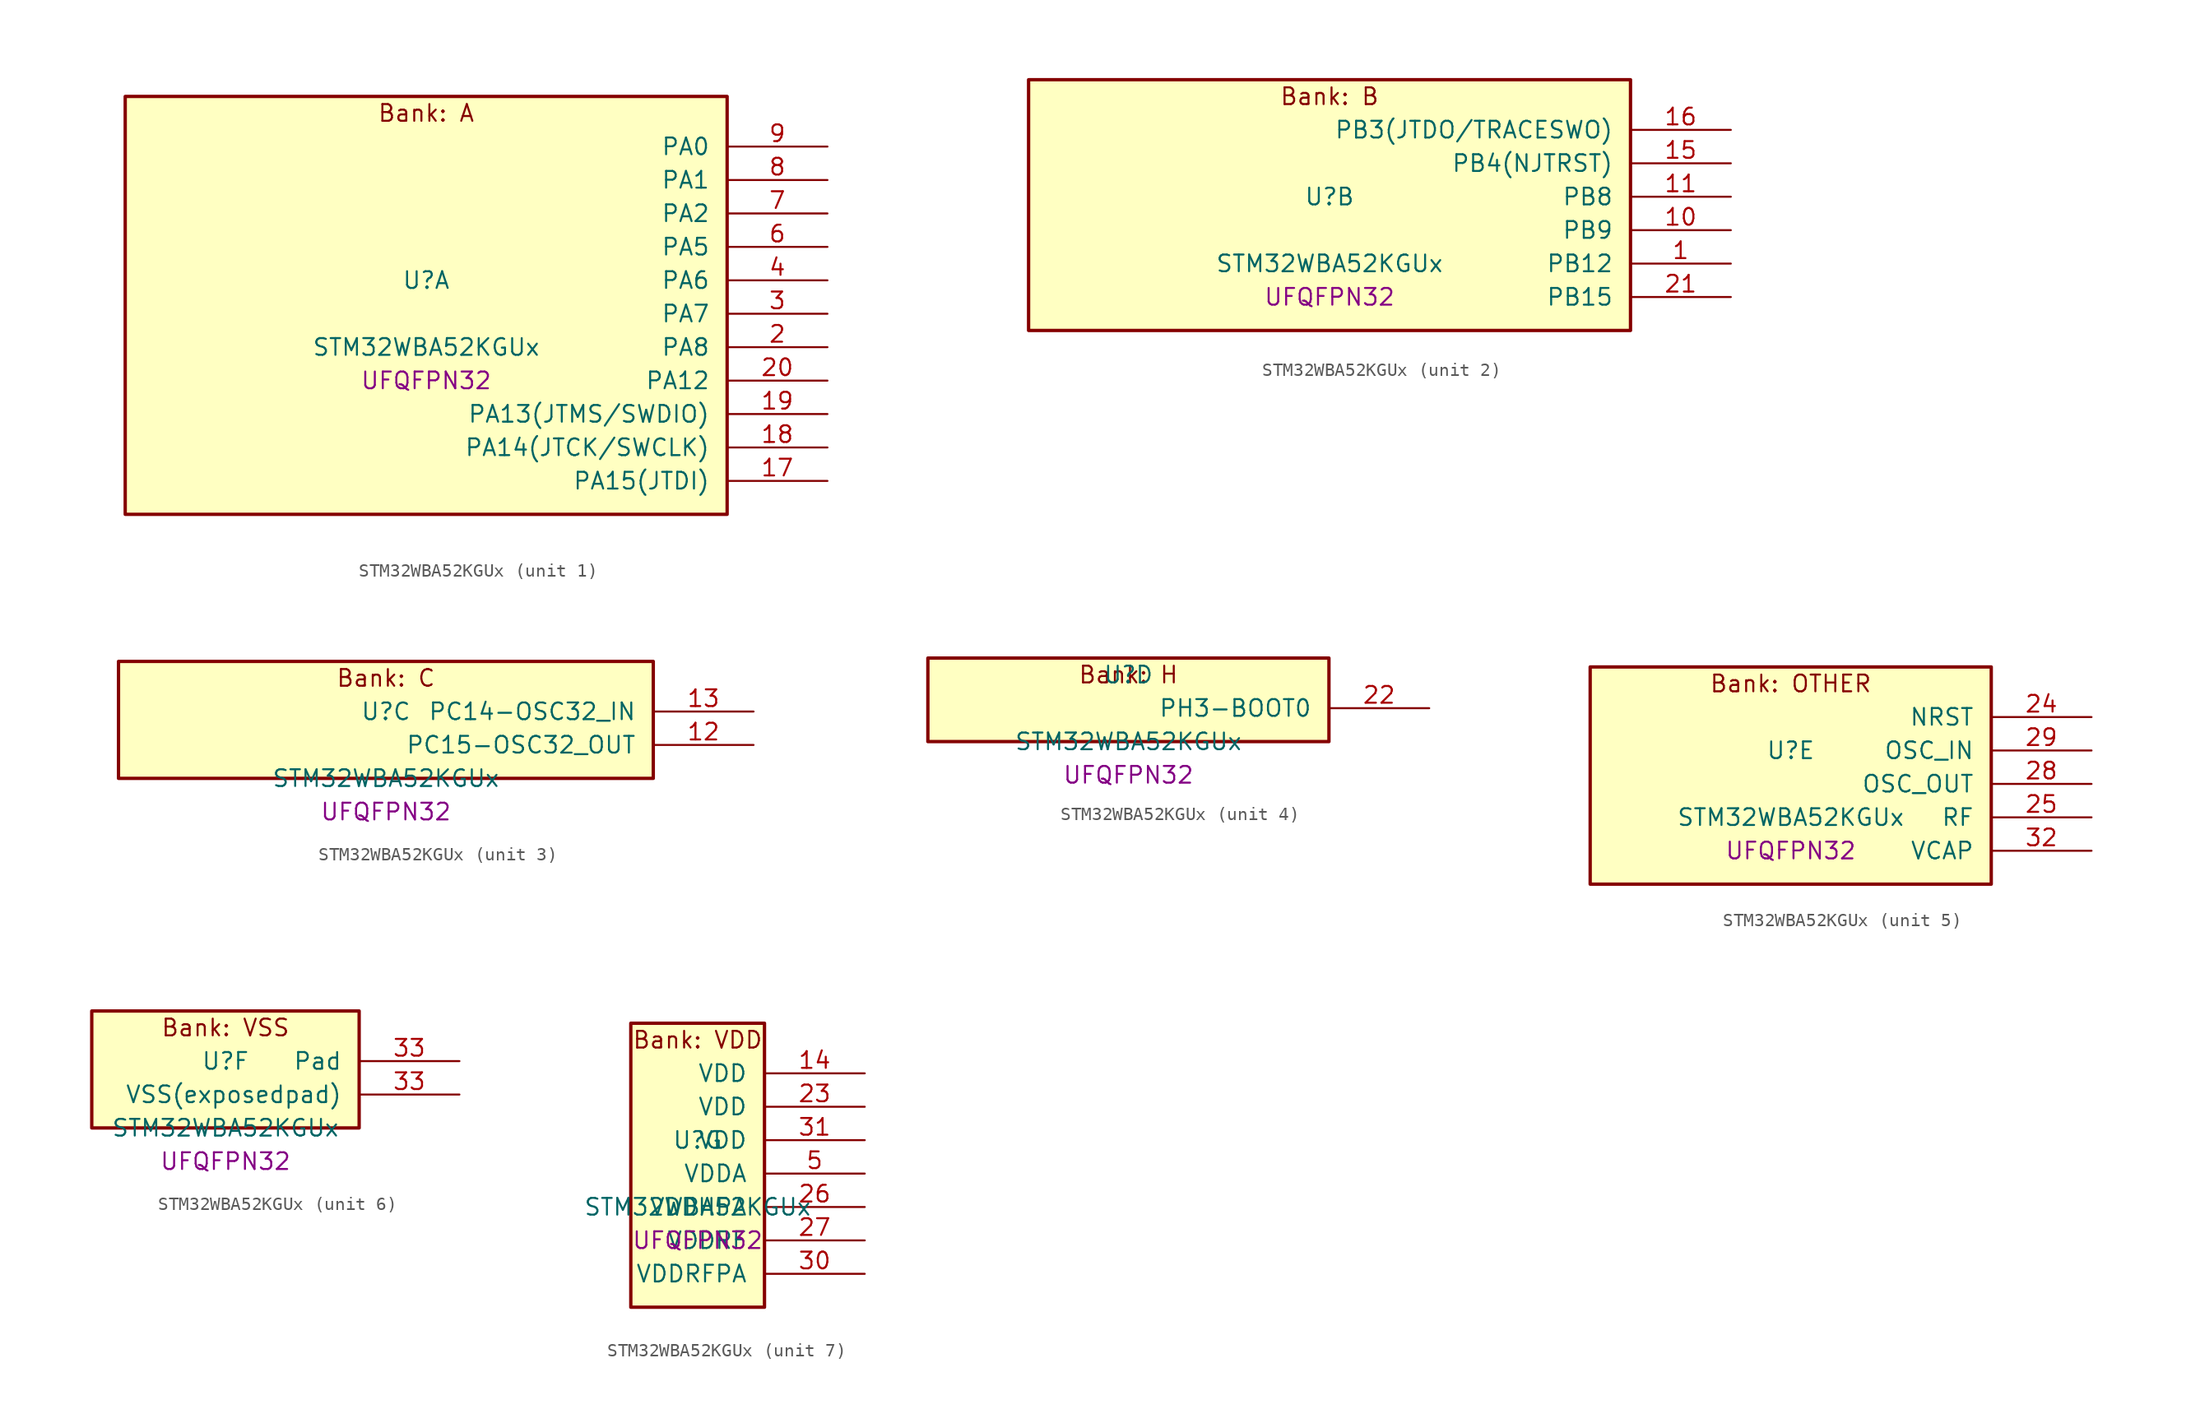
<source format=kicad_sym>
(kicad_symbol_lib
  (version 20241209)
  (generator "stm32_pkl_generator")
  (generator_version "1.0")
  (symbol "STM32WBA52KGUx"
    (pin_names
      (offset 1.27))
    (property "Reference" "U"
      (at 0 2.54 0))
    (property "Value" "STM32WBA52KGUx"
      (at 0 -2.54 0))
    (property "Footprint" "UFQFPN32"
      (at 0 -5.08 0))
    (symbol "STM32WBA52KGUx_1_1"
      (rectangle (start -22.86 16.51) (end 22.86 -15.24) (stroke (width 0.254) (type solid)) (fill (type background)))
      (text "Bank: A" (at 0 15.24 0))
      (pin bidirectional line (at 30.48 12.7 180) (length 7.62) (name "PA0") (number "9") (alternate "PA0/ADC4_IN9" bidirectional line) (alternate "PA0/LPTIM1_IN1" bidirectional line) (alternate "PA0/LPUART1_CTS" bidirectional line) (alternate "PA0/PWR_WKUP1" bidirectional line) (alternate "PA0/SPI3_SCK" bidirectional line) (alternate "PA0/TIM1_CH2N" bidirectional line) (alternate "PA0/TIM3_CH3" bidirectional line) (alternate "PA0/TIM3_ETR" bidirectional line) (alternate "PA0/TSC_G2_IO2" bidirectional line))
      (pin bidirectional line (at 30.48 10.16 180) (length 7.62) (name "PA1") (number "8") (alternate "PA1/ADC4_IN8" bidirectional line) (alternate "PA1/LPTIM2_CH2" bidirectional line) (alternate "PA1/LPUART1_RX" bidirectional line) (alternate "PA1/PWR_WKUP3" bidirectional line) (alternate "PA1/SPI1_RDY" bidirectional line) (alternate "PA1/TIM17_CH1" bidirectional line) (alternate "PA1/TIM1_CH1N" bidirectional line) (alternate "PA1/TIM3_CH2" bidirectional line) (alternate "PA1/TSC_G2_IO1" bidirectional line) (alternate "PA1/USART1_CK" bidirectional line))
      (pin bidirectional line (at 30.48 7.62 180) (length 7.62) (name "PA2") (number "7") (alternate "PA2/ADC4_IN7" bidirectional line) (alternate "PA2/LPUART1_TX" bidirectional line) (alternate "PA2/PWR_WKUP4" bidirectional line) (alternate "PA2/RCC_LSCO" bidirectional line) (alternate "PA2/TIM16_CH1" bidirectional line) (alternate "PA2/TIM1_BKIN" bidirectional line) (alternate "PA2/TIM3_CH1" bidirectional line) (alternate "PA2/TSC_G4_IO4" bidirectional line) (alternate "PA2/USART1_DE" bidirectional line) (alternate "PA2/USART1_RTS" bidirectional line))
      (pin bidirectional line (at 30.48 5.08 180) (length 7.62) (name "PA5") (number "6") (alternate "PA5/ADC4_IN4" bidirectional line) (alternate "PA5/LPTIM2_ETR" bidirectional line) (alternate "PA5/PWR_CSLEEP" bidirectional line) (alternate "PA5/PWR_WKUP6" bidirectional line) (alternate "PA5/SPI3_NSS" bidirectional line) (alternate "PA5/TIM2_CH1" bidirectional line) (alternate "PA5/TIM2_ETR" bidirectional line) (alternate "PA5/TSC_G1_IO4" bidirectional line) (alternate "PA5/USART1_CK" bidirectional line))
      (pin bidirectional line (at 30.48 2.54 180) (length 7.62) (name "PA6") (number "4") (alternate "PA6/ADC4_IN3" bidirectional line) (alternate "PA6/I2C3_SCL" bidirectional line) (alternate "PA6/PWR_CSTOP" bidirectional line) (alternate "PA6/PWR_WKUP7" bidirectional line) (alternate "PA6/SPI3_RDY" bidirectional line) (alternate "PA6/TIM2_CH4" bidirectional line) (alternate "PA6/TSC_G1_IO3" bidirectional line) (alternate "PA6/USART1_DE" bidirectional line) (alternate "PA6/USART1_RTS" bidirectional line))
      (pin bidirectional line (at 30.48 0 180) (length 7.62) (name "PA7") (number "3") (alternate "PA7/ADC4_IN2" bidirectional line) (alternate "PA7/I2C3_SDA" bidirectional line) (alternate "PA7/PWR_WKUP8" bidirectional line) (alternate "PA7/TAMP_IN1" bidirectional line) (alternate "PA7/TAMP_OUT2" bidirectional line) (alternate "PA7/TIM2_CH3" bidirectional line) (alternate "PA7/TSC_G1_IO2" bidirectional line) (alternate "PA7/USART1_CTS" bidirectional line))
      (pin bidirectional line (at 30.48 -2.54 180) (length 7.62) (name "PA8") (number "2") (alternate "PA8/ADC4_IN1" bidirectional line) (alternate "PA8/LPTIM1_CH2" bidirectional line) (alternate "PA8/RCC_MCO" bidirectional line) (alternate "PA8/SPI3_RDY" bidirectional line) (alternate "PA8/TIM2_CH2" bidirectional line) (alternate "PA8/TSC_G1_IO1" bidirectional line) (alternate "PA8/USART1_RX" bidirectional line))
      (pin bidirectional line (at 30.48 -5.08 180) (length 7.62) (name "PA12") (number "20") (alternate "PA12/PWR_WKUP6" bidirectional line) (alternate "PA12/RF_ANTSW0" bidirectional line) (alternate "PA12/SPI1_NSS" bidirectional line) (alternate "PA12/TIM1_CH2" bidirectional line) (alternate "PA12/TSC_G3_IO4" bidirectional line) (alternate "PA12/USART2_TX" bidirectional line))
      (pin bidirectional line (at 30.48 -7.62 180) (length 7.62) (name "PA13(JTMS/SWDIO)") (number "19") (alternate "PA13(JTMS/SWDIO)/DEBUG_JTMS-SWDIO" bidirectional line) (alternate "PA13(JTMS/SWDIO)/IR_OUT" bidirectional line))
      (pin bidirectional line (at 30.48 -10.16 180) (length 7.62) (name "PA14(JTCK/SWCLK)") (number "18") (alternate "PA14(JTCK/SWCLK)/DEBUG_JTCK-SWCLK" bidirectional line) (alternate "PA14(JTCK/SWCLK)/TAMP_IN3" bidirectional line) (alternate "PA14(JTCK/SWCLK)/TAMP_OUT6" bidirectional line) (alternate "PA14(JTCK/SWCLK)/USART2_TX" bidirectional line))
      (pin bidirectional line (at 30.48 -12.7 180) (length 7.62) (name "PA15(JTDI)") (number "17") (alternate "PA15(JTDI)/ADC4_EXTI15" bidirectional line) (alternate "PA15(JTDI)/DEBUG_JTDI" bidirectional line) (alternate "PA15(JTDI)/I2C1_SCL" bidirectional line) (alternate "PA15(JTDI)/LPTIM1_CH2" bidirectional line) (alternate "PA15(JTDI)/SPI1_MOSI" bidirectional line) (alternate "PA15(JTDI)/TIM17_BKIN" bidirectional line) (alternate "PA15(JTDI)/TIM1_ETR" bidirectional line) (alternate "PA15(JTDI)/TSC_G3_IO3" bidirectional line) (alternate "PA15(JTDI)/USART2_DE" bidirectional line) (alternate "PA15(JTDI)/USART2_RTS" bidirectional line)))
    (symbol "STM32WBA52KGUx_2_1"
      (rectangle (start -22.86 11.43) (end 22.86 -7.62) (stroke (width 0.254) (type solid)) (fill (type background)))
      (text "Bank: B" (at 0 10.16 0))
      (pin bidirectional line (at 30.48 7.62 180) (length 7.62) (name "PB3(JTDO/TRACESWO)") (number "16") (alternate "PB3(JTDO/TRACESWO)/DEBUG_JTDO-SWO" bidirectional line) (alternate "PB3(JTDO/TRACESWO)/I2C1_SDA" bidirectional line) (alternate "PB3(JTDO/TRACESWO)/LPTIM1_IN2" bidirectional line) (alternate "PB3(JTDO/TRACESWO)/SPI1_MISO" bidirectional line) (alternate "PB3(JTDO/TRACESWO)/TIM17_CH1N" bidirectional line) (alternate "PB3(JTDO/TRACESWO)/TIM1_CH4" bidirectional line) (alternate "PB3(JTDO/TRACESWO)/TSC_G3_IO2" bidirectional line) (alternate "PB3(JTDO/TRACESWO)/USART2_CK" bidirectional line))
      (pin bidirectional line (at 30.48 5.08 180) (length 7.62) (name "PB4(NJTRST)") (number "15") (alternate "PB4(NJTRST)/DEBUG_JTRST" bidirectional line) (alternate "PB4(NJTRST)/LPTIM2_IN2" bidirectional line) (alternate "PB4(NJTRST)/SPI1_SCK" bidirectional line) (alternate "PB4(NJTRST)/TIM17_CH1" bidirectional line) (alternate "PB4(NJTRST)/TIM1_CH3" bidirectional line) (alternate "PB4(NJTRST)/TSC_G3_IO1" bidirectional line) (alternate "PB4(NJTRST)/USART2_RX" bidirectional line))
      (pin bidirectional line (at 30.48 2.54 180) (length 7.62) (name "PB8") (number "11") (alternate "PB8/LPTIM1_ETR" bidirectional line) (alternate "PB8/PWR_PVD_IN" bidirectional line) (alternate "PB8/SPI3_MOSI" bidirectional line) (alternate "PB8/TIM16_CH1N" bidirectional line) (alternate "PB8/TIM1_CH1" bidirectional line) (alternate "PB8/TIM3_ETR" bidirectional line) (alternate "PB8/TSC_G2_IO4" bidirectional line) (alternate "PB8/USART2_RX" bidirectional line))
      (pin bidirectional line (at 30.48 0 180) (length 7.62) (name "PB9") (number "10") (alternate "PB9/ADC4_IN10" bidirectional line) (alternate "PB9/IR_OUT" bidirectional line) (alternate "PB9/LPTIM2_IN1" bidirectional line) (alternate "PB9/LPUART1_DE" bidirectional line) (alternate "PB9/LPUART1_RTS" bidirectional line) (alternate "PB9/PWR_WKUP8" bidirectional line) (alternate "PB9/SPI3_MISO" bidirectional line) (alternate "PB9/TIM16_CH1" bidirectional line) (alternate "PB9/TIM1_CH3N" bidirectional line) (alternate "PB9/TIM3_CH4" bidirectional line) (alternate "PB9/TSC_G2_IO3" bidirectional line))
      (pin bidirectional line (at 30.48 -2.54 180) (length 7.62) (name "PB12") (number "1") (alternate "PB12/SPI1_RDY" bidirectional line) (alternate "PB12/TIM2_CH1" bidirectional line) (alternate "PB12/TIM2_ETR" bidirectional line) (alternate "PB12/TIM3_ETR" bidirectional line) (alternate "PB12/TSC_SYNC" bidirectional line) (alternate "PB12/USART1_TX" bidirectional line))
      (pin bidirectional line (at 30.48 -5.08 180) (length 7.62) (name "PB15") (number "21") (alternate "PB15/ADC4_EXTI15" bidirectional line) (alternate "PB15/I2C1_SMBA" bidirectional line) (alternate "PB15/I2C3_SMBA" bidirectional line) (alternate "PB15/LPUART1_CTS" bidirectional line) (alternate "PB15/TIM16_BKIN" bidirectional line) (alternate "PB15/TIM1_BKIN2" bidirectional line) (alternate "PB15/USART2_CTS" bidirectional line)))
    (symbol "STM32WBA52KGUx_3_1"
      (rectangle (start -20.32 6.35) (end 20.32 -2.54) (stroke (width 0.254) (type solid)) (fill (type background)))
      (text "Bank: C" (at 0 5.08 0))
      (pin bidirectional line (at 27.94 2.54 180) (length 7.62) (name "PC14-OSC32_IN") (number "13") (alternate "PC14-OSC32_IN/RCC_OSC32_IN" bidirectional line))
      (pin bidirectional line (at 27.94 0 180) (length 7.62) (name "PC15-OSC32_OUT") (number "12") (alternate "PC15-OSC32_OUT/ADC4_EXTI15" bidirectional line) (alternate "PC15-OSC32_OUT/RCC_OSC32_OUT" bidirectional line)))
    (symbol "STM32WBA52KGUx_4_1"
      (rectangle (start -15.24 3.81) (end 15.24 -2.54) (stroke (width 0.254) (type solid)) (fill (type background)))
      (text "Bank: H" (at 0 2.54 0))
      (pin bidirectional line (at 22.86 0 180) (length 7.62) (name "PH3-BOOT0") (number "22") (alternate "PH3-BOOT0/TAMP_IN2" bidirectional line) (alternate "PH3-BOOT0/TAMP_OUT1" bidirectional line)))
    (symbol "STM32WBA52KGUx_5_1"
      (rectangle (start -15.24 8.89) (end 15.24 -7.62) (stroke (width 0.254) (type solid)) (fill (type background)))
      (text "Bank: OTHER" (at 0 7.62 0))
      (pin input line (at 22.86 5.08 180) (length 7.62) (name "NRST") (number "24"))
      (pin bidirectional line (at 22.86 2.54 180) (length 7.62) (name "OSC_IN") (number "29") (alternate "OSC_IN/RCC_OSC_IN" bidirectional line))
      (pin bidirectional line (at 22.86 0 180) (length 7.62) (name "OSC_OUT") (number "28") (alternate "OSC_OUT/RCC_OSC_OUT" bidirectional line))
      (pin bidirectional line (at 22.86 -2.54 180) (length 7.62) (name "RF") (number "25"))
      (pin power_in line (at 22.86 -5.08 180) (length 7.62) (name "VCAP") (number "32")))
    (symbol "STM32WBA52KGUx_6_1"
      (rectangle (start -10.16 6.35) (end 10.16 -2.54) (stroke (width 0.254) (type solid)) (fill (type background)))
      (text "Bank: VSS" (at 0 5.08 0))
      (pin passive line (at 17.78 2.54 180) (length 7.62) (name "Pad") (number "33"))
      (pin power_in line (at 17.78 0 180) (length 7.62) (name "VSS(exposedpad)") (number "33")))
    (symbol "STM32WBA52KGUx_7_1"
      (rectangle (start -5.08 11.43) (end 5.08 -10.16) (stroke (width 0.254) (type solid)) (fill (type background)))
      (text "Bank: VDD" (at 0 10.16 0))
      (pin power_in line (at 12.7 7.62 180) (length 7.62) (name "VDD") (number "14"))
      (pin power_in line (at 12.7 5.08 180) (length 7.62) (name "VDD") (number "23"))
      (pin power_in line (at 12.7 2.54 180) (length 7.62) (name "VDD") (number "31"))
      (pin power_in line (at 12.7 0 180) (length 7.62) (name "VDDA") (number "5"))
      (pin power_in line (at 12.7 -2.54 180) (length 7.62) (name "VDDHPA") (number "26"))
      (pin power_in line (at 12.7 -5.08 180) (length 7.62) (name "VDDRF") (number "27"))
      (pin power_in line (at 12.7 -7.62 180) (length 7.62) (name "VDDRFPA") (number "30")))))
</source>
